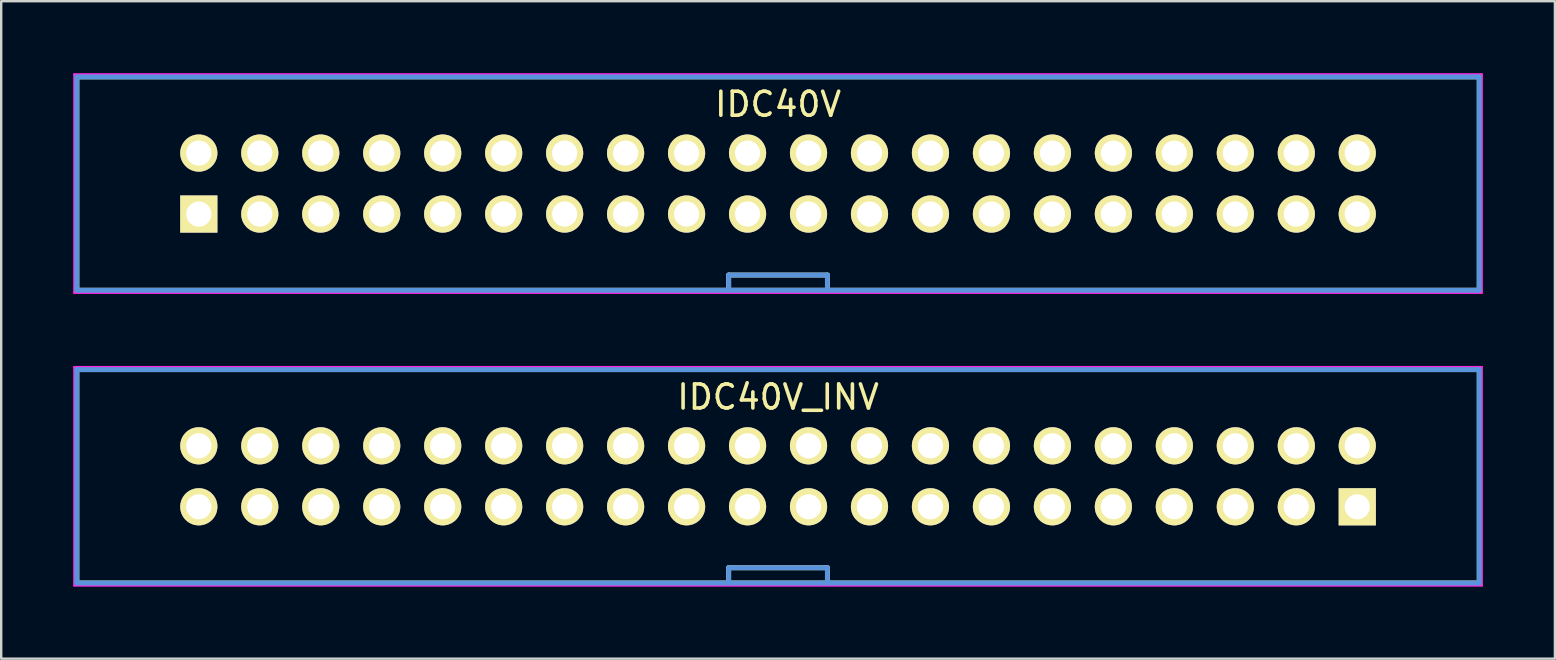
<source format=kicad_pcb>
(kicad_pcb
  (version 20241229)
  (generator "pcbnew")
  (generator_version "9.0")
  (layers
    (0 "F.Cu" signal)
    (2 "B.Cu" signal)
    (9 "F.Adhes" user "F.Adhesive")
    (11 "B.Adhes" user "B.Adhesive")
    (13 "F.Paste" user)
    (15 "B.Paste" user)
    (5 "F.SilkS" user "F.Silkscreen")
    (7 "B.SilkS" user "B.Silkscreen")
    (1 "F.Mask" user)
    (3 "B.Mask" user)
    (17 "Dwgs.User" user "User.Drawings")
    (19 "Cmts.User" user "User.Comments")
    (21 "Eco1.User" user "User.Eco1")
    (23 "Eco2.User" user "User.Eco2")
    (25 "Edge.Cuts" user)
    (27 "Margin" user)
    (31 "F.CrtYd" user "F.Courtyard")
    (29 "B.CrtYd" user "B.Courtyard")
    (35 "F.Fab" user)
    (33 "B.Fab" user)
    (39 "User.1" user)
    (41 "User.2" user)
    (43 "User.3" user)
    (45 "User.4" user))
  (footprint "IDC40V"
    (layer "F.Cu")
    (at 5.232 5.867)
    (property "Reference" "IDC40V" (at 24.13 -4.572 0) (layer "F.SilkS") (effects (font (size 1.001 1.001) (thickness 0.15))))
    (attr through_hole)
    (fp_line (start -5.08 -5.715) (end 53.34 -5.715) (stroke (width 0.203) (type solid)) (layer "F.SilkS"))
    (fp_line (start -5.08 3.175) (end -5.08 -5.715) (stroke (width 0.203) (type solid)) (layer "F.SilkS"))
    (fp_line (start 22.073 2.54) (end 26.187 2.54) (stroke (width 0.203) (type solid)) (layer "F.SilkS"))
    (fp_line (start 22.073 3.175) (end 22.073 2.54) (stroke (width 0.203) (type solid)) (layer "F.SilkS"))
    (fp_line (start 26.187 3.175) (end 26.187 2.54) (stroke (width 0.203) (type solid)) (layer "F.SilkS"))
    (fp_line (start 53.34 -5.715) (end 53.34 3.175) (stroke (width 0.203) (type solid)) (layer "F.SilkS"))
    (fp_line (start 53.34 3.175) (end -5.08 3.175) (stroke (width 0.203) (type solid)) (layer "F.SilkS"))
    (fp_line (start -5.08 -5.715) (end 53.34 -5.715) (stroke (width 0.203) (type solid)) (layer "Cmts.User"))
    (fp_line (start -5.08 3.175) (end -5.08 -5.715) (stroke (width 0.203) (type solid)) (layer "Cmts.User"))
    (fp_line (start 22.073 2.54) (end 26.187 2.54) (stroke (width 0.203) (type solid)) (layer "Cmts.User"))
    (fp_line (start 22.073 3.175) (end 22.073 2.54) (stroke (width 0.203) (type solid)) (layer "Cmts.User"))
    (fp_line (start 26.187 3.175) (end 26.187 2.54) (stroke (width 0.203) (type solid)) (layer "Cmts.User"))
    (fp_line (start 53.34 -5.715) (end 53.34 3.175) (stroke (width 0.203) (type solid)) (layer "Cmts.User"))
    (fp_line (start 53.34 3.175) (end -5.08 3.175) (stroke (width 0.203) (type solid)) (layer "Cmts.User"))
    (fp_line (start -5.182 -5.817) (end 53.442 -5.817) (stroke (width 0.102) (type solid)) (layer "F.CrtYd"))
    (fp_line (start -5.182 3.277) (end -5.182 -5.817) (stroke (width 0.102) (type solid)) (layer "F.CrtYd"))
    (fp_line (start 53.442 -5.817) (end 53.442 3.277) (stroke (width 0.102) (type solid)) (layer "F.CrtYd"))
    (fp_line (start 53.442 3.277) (end -5.182 3.277) (stroke (width 0.102) (type solid)) (layer "F.CrtYd"))
    (pad "1" thru_hole rect (at 0 0) (size 1.549 1.549) (drill 1.049) (layers "*.Cu" "*.Mask" "F.SilkS"))
    (pad "2" thru_hole circle (at 0 -2.54) (size 1.549 1.549) (drill 1.049) (layers "*.Cu" "*.Mask" "F.SilkS"))
    (pad "3" thru_hole circle (at 2.54 0) (size 1.549 1.549) (drill 1.049) (layers "*.Cu" "*.Mask" "F.SilkS"))
    (pad "4" thru_hole circle (at 2.54 -2.54) (size 1.549 1.549) (drill 1.049) (layers "*.Cu" "*.Mask" "F.SilkS"))
    (pad "5" thru_hole circle (at 5.08 0) (size 1.549 1.549) (drill 1.049) (layers "*.Cu" "*.Mask" "F.SilkS"))
    (pad "6" thru_hole circle (at 5.08 -2.54) (size 1.549 1.549) (drill 1.049) (layers "*.Cu" "*.Mask" "F.SilkS"))
    (pad "7" thru_hole circle (at 7.62 0) (size 1.549 1.549) (drill 1.049) (layers "*.Cu" "*.Mask" "F.SilkS"))
    (pad "8" thru_hole circle (at 7.62 -2.54) (size 1.549 1.549) (drill 1.049) (layers "*.Cu" "*.Mask" "F.SilkS"))
    (pad "9" thru_hole circle (at 10.16 0) (size 1.549 1.549) (drill 1.049) (layers "*.Cu" "*.Mask" "F.SilkS"))
    (pad "10" thru_hole circle (at 10.16 -2.54) (size 1.549 1.549) (drill 1.049) (layers "*.Cu" "*.Mask" "F.SilkS"))
    (pad "11" thru_hole circle (at 12.7 0) (size 1.549 1.549) (drill 1.049) (layers "*.Cu" "*.Mask" "F.SilkS"))
    (pad "12" thru_hole circle (at 12.7 -2.54) (size 1.549 1.549) (drill 1.049) (layers "*.Cu" "*.Mask" "F.SilkS"))
    (pad "13" thru_hole circle (at 15.24 0) (size 1.549 1.549) (drill 1.049) (layers "*.Cu" "*.Mask" "F.SilkS"))
    (pad "14" thru_hole circle (at 15.24 -2.54) (size 1.549 1.549) (drill 1.049) (layers "*.Cu" "*.Mask" "F.SilkS"))
    (pad "15" thru_hole circle (at 17.78 0) (size 1.549 1.549) (drill 1.049) (layers "*.Cu" "*.Mask" "F.SilkS"))
    (pad "16" thru_hole circle (at 17.78 -2.54) (size 1.549 1.549) (drill 1.049) (layers "*.Cu" "*.Mask" "F.SilkS"))
    (pad "17" thru_hole circle (at 20.32 0) (size 1.549 1.549) (drill 1.049) (layers "*.Cu" "*.Mask" "F.SilkS"))
    (pad "18" thru_hole circle (at 20.32 -2.54) (size 1.549 1.549) (drill 1.049) (layers "*.Cu" "*.Mask" "F.SilkS"))
    (pad "19" thru_hole circle (at 22.86 0) (size 1.549 1.549) (drill 1.049) (layers "*.Cu" "*.Mask" "F.SilkS"))
    (pad "20" thru_hole circle (at 22.86 -2.54) (size 1.549 1.549) (drill 1.049) (layers "*.Cu" "*.Mask" "F.SilkS"))
    (pad "21" thru_hole circle (at 25.4 0) (size 1.549 1.549) (drill 1.049) (layers "*.Cu" "*.Mask" "F.SilkS"))
    (pad "22" thru_hole circle (at 25.4 -2.54) (size 1.549 1.549) (drill 1.049) (layers "*.Cu" "*.Mask" "F.SilkS"))
    (pad "23" thru_hole circle (at 27.94 0) (size 1.549 1.549) (drill 1.049) (layers "*.Cu" "*.Mask" "F.SilkS"))
    (pad "24" thru_hole circle (at 27.94 -2.54) (size 1.549 1.549) (drill 1.049) (layers "*.Cu" "*.Mask" "F.SilkS"))
    (pad "25" thru_hole circle (at 30.48 0) (size 1.549 1.549) (drill 1.049) (layers "*.Cu" "*.Mask" "F.SilkS"))
    (pad "26" thru_hole circle (at 30.48 -2.54) (size 1.549 1.549) (drill 1.049) (layers "*.Cu" "*.Mask" "F.SilkS"))
    (pad "27" thru_hole circle (at 33.02 0) (size 1.549 1.549) (drill 1.049) (layers "*.Cu" "*.Mask" "F.SilkS"))
    (pad "28" thru_hole circle (at 33.02 -2.54) (size 1.549 1.549) (drill 1.049) (layers "*.Cu" "*.Mask" "F.SilkS"))
    (pad "29" thru_hole circle (at 35.56 0) (size 1.549 1.549) (drill 1.049) (layers "*.Cu" "*.Mask" "F.SilkS"))
    (pad "30" thru_hole circle (at 35.56 -2.54) (size 1.549 1.549) (drill 1.049) (layers "*.Cu" "*.Mask" "F.SilkS"))
    (pad "31" thru_hole circle (at 38.1 0) (size 1.549 1.549) (drill 1.049) (layers "*.Cu" "*.Mask" "F.SilkS"))
    (pad "32" thru_hole circle (at 38.1 -2.54) (size 1.549 1.549) (drill 1.049) (layers "*.Cu" "*.Mask" "F.SilkS"))
    (pad "33" thru_hole circle (at 40.64 0) (size 1.549 1.549) (drill 1.049) (layers "*.Cu" "*.Mask" "F.SilkS"))
    (pad "34" thru_hole circle (at 40.64 -2.54) (size 1.549 1.549) (drill 1.049) (layers "*.Cu" "*.Mask" "F.SilkS"))
    (pad "35" thru_hole circle (at 43.18 0) (size 1.549 1.549) (drill 1.049) (layers "*.Cu" "*.Mask" "F.SilkS"))
    (pad "36" thru_hole circle (at 43.18 -2.54) (size 1.549 1.549) (drill 1.049) (layers "*.Cu" "*.Mask" "F.SilkS"))
    (pad "37" thru_hole circle (at 45.72 0) (size 1.549 1.549) (drill 1.049) (layers "*.Cu" "*.Mask" "F.SilkS"))
    (pad "38" thru_hole circle (at 45.72 -2.54) (size 1.549 1.549) (drill 1.049) (layers "*.Cu" "*.Mask" "F.SilkS"))
    (pad "39" thru_hole circle (at 48.26 0) (size 1.549 1.549) (drill 1.049) (layers "*.Cu" "*.Mask" "F.SilkS"))
    (pad "40" thru_hole circle (at 48.26 -2.54) (size 1.549 1.549) (drill 1.049) (layers "*.Cu" "*.Mask" "F.SilkS")))
  (footprint "IDC40V_INV"
    (layer "F.Cu")
    (at 5.232 18.062)
    (property "Reference" "IDC40V_INV" (at 24.13 -4.572 0) (layer "F.SilkS") (effects (font (size 1.001 1.001) (thickness 0.15))))
    (attr through_hole)
    (fp_line (start -5.08 -5.715) (end 53.34 -5.715) (stroke (width 0.203) (type solid)) (layer "F.SilkS"))
    (fp_line (start -5.08 3.175) (end -5.08 -5.715) (stroke (width 0.203) (type solid)) (layer "F.SilkS"))
    (fp_line (start 22.073 2.54) (end 26.187 2.54) (stroke (width 0.203) (type solid)) (layer "F.SilkS"))
    (fp_line (start 22.073 3.175) (end 22.073 2.54) (stroke (width 0.203) (type solid)) (layer "F.SilkS"))
    (fp_line (start 26.187 3.175) (end 26.187 2.54) (stroke (width 0.203) (type solid)) (layer "F.SilkS"))
    (fp_line (start 53.34 -5.715) (end 53.34 3.175) (stroke (width 0.203) (type solid)) (layer "F.SilkS"))
    (fp_line (start 53.34 3.175) (end -5.08 3.175) (stroke (width 0.203) (type solid)) (layer "F.SilkS"))
    (fp_line (start -5.08 -5.715) (end 53.34 -5.715) (stroke (width 0.203) (type solid)) (layer "Cmts.User"))
    (fp_line (start -5.08 3.175) (end -5.08 -5.715) (stroke (width 0.203) (type solid)) (layer "Cmts.User"))
    (fp_line (start 22.073 2.54) (end 26.187 2.54) (stroke (width 0.203) (type solid)) (layer "Cmts.User"))
    (fp_line (start 22.073 3.175) (end 22.073 2.54) (stroke (width 0.203) (type solid)) (layer "Cmts.User"))
    (fp_line (start 26.187 3.175) (end 26.187 2.54) (stroke (width 0.203) (type solid)) (layer "Cmts.User"))
    (fp_line (start 53.34 -5.715) (end 53.34 3.175) (stroke (width 0.203) (type solid)) (layer "Cmts.User"))
    (fp_line (start 53.34 3.175) (end -5.08 3.175) (stroke (width 0.203) (type solid)) (layer "Cmts.User"))
    (fp_line (start -5.182 -5.817) (end 53.442 -5.817) (stroke (width 0.102) (type solid)) (layer "F.CrtYd"))
    (fp_line (start -5.182 3.277) (end -5.182 -5.817) (stroke (width 0.102) (type solid)) (layer "F.CrtYd"))
    (fp_line (start 53.442 -5.817) (end 53.442 3.277) (stroke (width 0.102) (type solid)) (layer "F.CrtYd"))
    (fp_line (start 53.442 3.277) (end -5.182 3.277) (stroke (width 0.102) (type solid)) (layer "F.CrtYd"))
    (pad "1" thru_hole rect (at 48.26 0) (size 1.549 1.549) (drill 1.049) (layers "*.Cu" "*.Mask" "F.SilkS"))
    (pad "2" thru_hole circle (at 48.26 -2.54) (size 1.549 1.549) (drill 1.049) (layers "*.Cu" "*.Mask" "F.SilkS"))
    (pad "3" thru_hole circle (at 45.72 0) (size 1.549 1.549) (drill 1.049) (layers "*.Cu" "*.Mask" "F.SilkS"))
    (pad "4" thru_hole circle (at 45.72 -2.54) (size 1.549 1.549) (drill 1.049) (layers "*.Cu" "*.Mask" "F.SilkS"))
    (pad "5" thru_hole circle (at 43.18 0) (size 1.549 1.549) (drill 1.049) (layers "*.Cu" "*.Mask" "F.SilkS"))
    (pad "6" thru_hole circle (at 43.18 -2.54) (size 1.549 1.549) (drill 1.049) (layers "*.Cu" "*.Mask" "F.SilkS"))
    (pad "7" thru_hole circle (at 40.64 0) (size 1.549 1.549) (drill 1.049) (layers "*.Cu" "*.Mask" "F.SilkS"))
    (pad "8" thru_hole circle (at 40.64 -2.54) (size 1.549 1.549) (drill 1.049) (layers "*.Cu" "*.Mask" "F.SilkS"))
    (pad "9" thru_hole circle (at 38.1 0) (size 1.549 1.549) (drill 1.049) (layers "*.Cu" "*.Mask" "F.SilkS"))
    (pad "10" thru_hole circle (at 38.1 -2.54) (size 1.549 1.549) (drill 1.049) (layers "*.Cu" "*.Mask" "F.SilkS"))
    (pad "11" thru_hole circle (at 35.56 0) (size 1.549 1.549) (drill 1.049) (layers "*.Cu" "*.Mask" "F.SilkS"))
    (pad "12" thru_hole circle (at 35.56 -2.54) (size 1.549 1.549) (drill 1.049) (layers "*.Cu" "*.Mask" "F.SilkS"))
    (pad "13" thru_hole circle (at 33.02 0) (size 1.549 1.549) (drill 1.049) (layers "*.Cu" "*.Mask" "F.SilkS"))
    (pad "14" thru_hole circle (at 33.02 -2.54) (size 1.549 1.549) (drill 1.049) (layers "*.Cu" "*.Mask" "F.SilkS"))
    (pad "15" thru_hole circle (at 30.48 0) (size 1.549 1.549) (drill 1.049) (layers "*.Cu" "*.Mask" "F.SilkS"))
    (pad "16" thru_hole circle (at 30.48 -2.54) (size 1.549 1.549) (drill 1.049) (layers "*.Cu" "*.Mask" "F.SilkS"))
    (pad "17" thru_hole circle (at 27.94 0) (size 1.549 1.549) (drill 1.049) (layers "*.Cu" "*.Mask" "F.SilkS"))
    (pad "18" thru_hole circle (at 27.94 -2.54) (size 1.549 1.549) (drill 1.049) (layers "*.Cu" "*.Mask" "F.SilkS"))
    (pad "19" thru_hole circle (at 25.4 0) (size 1.549 1.549) (drill 1.049) (layers "*.Cu" "*.Mask" "F.SilkS"))
    (pad "20" thru_hole circle (at 25.4 -2.54) (size 1.549 1.549) (drill 1.049) (layers "*.Cu" "*.Mask" "F.SilkS"))
    (pad "21" thru_hole circle (at 22.86 0) (size 1.549 1.549) (drill 1.049) (layers "*.Cu" "*.Mask" "F.SilkS"))
    (pad "22" thru_hole circle (at 22.86 -2.54) (size 1.549 1.549) (drill 1.049) (layers "*.Cu" "*.Mask" "F.SilkS"))
    (pad "23" thru_hole circle (at 20.32 0) (size 1.549 1.549) (drill 1.049) (layers "*.Cu" "*.Mask" "F.SilkS"))
    (pad "24" thru_hole circle (at 20.32 -2.54) (size 1.549 1.549) (drill 1.049) (layers "*.Cu" "*.Mask" "F.SilkS"))
    (pad "25" thru_hole circle (at 17.78 0) (size 1.549 1.549) (drill 1.049) (layers "*.Cu" "*.Mask" "F.SilkS"))
    (pad "26" thru_hole circle (at 17.78 -2.54) (size 1.549 1.549) (drill 1.049) (layers "*.Cu" "*.Mask" "F.SilkS"))
    (pad "27" thru_hole circle (at 15.24 0) (size 1.549 1.549) (drill 1.049) (layers "*.Cu" "*.Mask" "F.SilkS"))
    (pad "28" thru_hole circle (at 15.24 -2.54) (size 1.549 1.549) (drill 1.049) (layers "*.Cu" "*.Mask" "F.SilkS"))
    (pad "29" thru_hole circle (at 12.7 0) (size 1.549 1.549) (drill 1.049) (layers "*.Cu" "*.Mask" "F.SilkS"))
    (pad "30" thru_hole circle (at 12.7 -2.54) (size 1.549 1.549) (drill 1.049) (layers "*.Cu" "*.Mask" "F.SilkS"))
    (pad "31" thru_hole circle (at 10.16 0) (size 1.549 1.549) (drill 1.049) (layers "*.Cu" "*.Mask" "F.SilkS"))
    (pad "32" thru_hole circle (at 10.16 -2.54) (size 1.549 1.549) (drill 1.049) (layers "*.Cu" "*.Mask" "F.SilkS"))
    (pad "33" thru_hole circle (at 7.62 0) (size 1.549 1.549) (drill 1.049) (layers "*.Cu" "*.Mask" "F.SilkS"))
    (pad "34" thru_hole circle (at 7.62 -2.54) (size 1.549 1.549) (drill 1.049) (layers "*.Cu" "*.Mask" "F.SilkS"))
    (pad "35" thru_hole circle (at 5.08 0) (size 1.549 1.549) (drill 1.049) (layers "*.Cu" "*.Mask" "F.SilkS"))
    (pad "36" thru_hole circle (at 5.08 -2.54) (size 1.549 1.549) (drill 1.049) (layers "*.Cu" "*.Mask" "F.SilkS"))
    (pad "37" thru_hole circle (at 2.54 0) (size 1.549 1.549) (drill 1.049) (layers "*.Cu" "*.Mask" "F.SilkS"))
    (pad "38" thru_hole circle (at 2.54 -2.54) (size 1.549 1.549) (drill 1.049) (layers "*.Cu" "*.Mask" "F.SilkS"))
    (pad "39" thru_hole circle (at 0 0) (size 1.549 1.549) (drill 1.049) (layers "*.Cu" "*.Mask" "F.SilkS"))
    (pad "40" thru_hole circle (at 0 -2.54) (size 1.549 1.549) (drill 1.049) (layers "*.Cu" "*.Mask" "F.SilkS")))
  (gr_rect
    (start -3 -3)
    (end 61.725 24.39)
    (stroke (width 0.1) (type default))
    (fill no)
    (layer "Edge.Cuts")))
</source>
